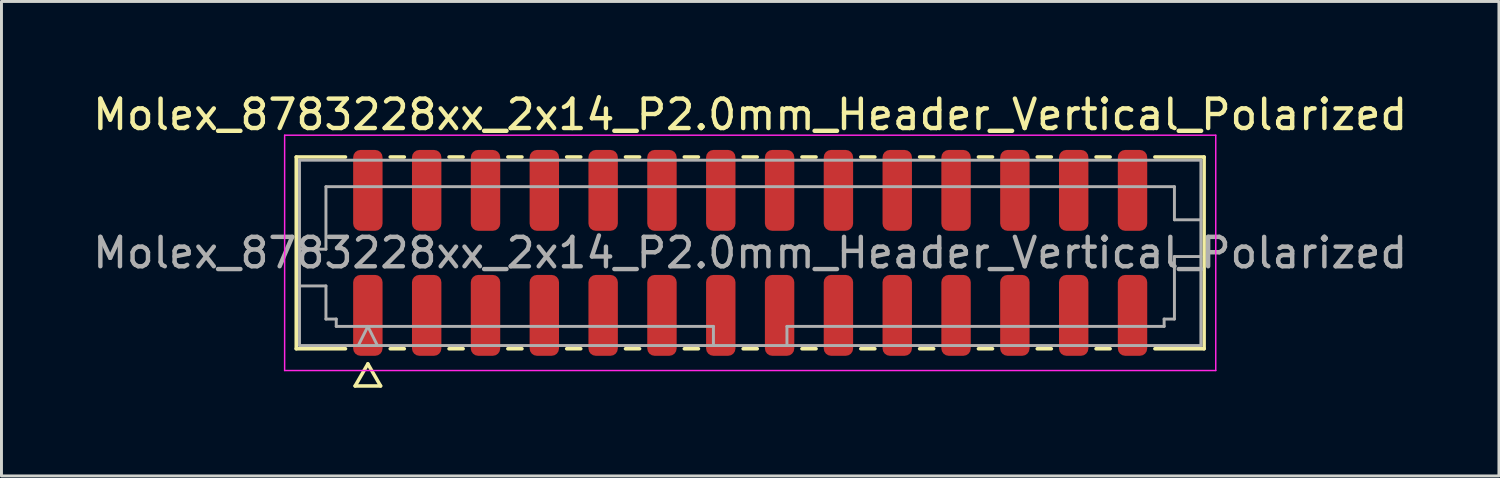
<source format=kicad_pcb>
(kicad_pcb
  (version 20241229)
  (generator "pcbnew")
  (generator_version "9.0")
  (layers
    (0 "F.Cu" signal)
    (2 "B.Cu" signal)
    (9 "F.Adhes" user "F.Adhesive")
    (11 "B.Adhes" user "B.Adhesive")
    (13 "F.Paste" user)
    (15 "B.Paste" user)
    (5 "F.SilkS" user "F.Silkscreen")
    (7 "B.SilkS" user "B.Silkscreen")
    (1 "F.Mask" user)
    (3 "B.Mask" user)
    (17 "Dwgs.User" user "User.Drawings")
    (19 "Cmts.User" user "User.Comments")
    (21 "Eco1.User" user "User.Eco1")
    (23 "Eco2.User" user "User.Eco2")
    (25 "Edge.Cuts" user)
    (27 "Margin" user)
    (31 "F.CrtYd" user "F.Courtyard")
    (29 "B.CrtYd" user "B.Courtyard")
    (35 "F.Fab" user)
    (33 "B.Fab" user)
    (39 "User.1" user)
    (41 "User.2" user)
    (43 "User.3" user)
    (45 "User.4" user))
  (footprint "Molex_8783228xx_2x14_P2.0mm_Header_Vertical_Polarized"
    (layer "F.Cu")
    (at 22.458 5.548)
    (property "Reference" "Molex_8783228xx_2x14_P2.0mm_Header_Vertical_Polarized" (at 0 -4.7 0) (layer "F.SilkS") (effects (font (size 1 1) (thickness 0.15))))
    (attr smd)
    (fp_line (start -15.435 -3.26) (end -13.76 -3.26) (stroke (width 0.12) (type solid)) (layer "F.SilkS"))
    (fp_line (start -15.435 3.26) (end -15.435 -3.26) (stroke (width 0.12) (type solid)) (layer "F.SilkS"))
    (fp_line (start -13.76 3.26) (end -15.435 3.26) (stroke (width 0.12) (type solid)) (layer "F.SilkS"))
    (fp_line (start -13.433 4.525) (end -13 3.775) (stroke (width 0.12) (type solid)) (layer "F.SilkS"))
    (fp_line (start -13 3.775) (end -12.567 4.525) (stroke (width 0.12) (type solid)) (layer "F.SilkS"))
    (fp_line (start -12.567 4.525) (end -13.433 4.525) (stroke (width 0.12) (type solid)) (layer "F.SilkS"))
    (fp_line (start -12.24 -3.26) (end -11.76 -3.26) (stroke (width 0.12) (type solid)) (layer "F.SilkS"))
    (fp_line (start -11.76 3.26) (end -12.24 3.26) (stroke (width 0.12) (type solid)) (layer "F.SilkS"))
    (fp_line (start -10.24 -3.26) (end -9.76 -3.26) (stroke (width 0.12) (type solid)) (layer "F.SilkS"))
    (fp_line (start -9.76 3.26) (end -10.24 3.26) (stroke (width 0.12) (type solid)) (layer "F.SilkS"))
    (fp_line (start -8.24 -3.26) (end -7.76 -3.26) (stroke (width 0.12) (type solid)) (layer "F.SilkS"))
    (fp_line (start -7.76 3.26) (end -8.24 3.26) (stroke (width 0.12) (type solid)) (layer "F.SilkS"))
    (fp_line (start -6.24 -3.26) (end -5.76 -3.26) (stroke (width 0.12) (type solid)) (layer "F.SilkS"))
    (fp_line (start -5.76 3.26) (end -6.24 3.26) (stroke (width 0.12) (type solid)) (layer "F.SilkS"))
    (fp_line (start -4.24 -3.26) (end -3.76 -3.26) (stroke (width 0.12) (type solid)) (layer "F.SilkS"))
    (fp_line (start -3.76 3.26) (end -4.24 3.26) (stroke (width 0.12) (type solid)) (layer "F.SilkS"))
    (fp_line (start -2.24 -3.26) (end -1.76 -3.26) (stroke (width 0.12) (type solid)) (layer "F.SilkS"))
    (fp_line (start -1.76 3.26) (end -2.24 3.26) (stroke (width 0.12) (type solid)) (layer "F.SilkS"))
    (fp_line (start -0.24 -3.26) (end 0.24 -3.26) (stroke (width 0.12) (type solid)) (layer "F.SilkS"))
    (fp_line (start 0.24 3.26) (end -0.24 3.26) (stroke (width 0.12) (type solid)) (layer "F.SilkS"))
    (fp_line (start 1.76 -3.26) (end 2.24 -3.26) (stroke (width 0.12) (type solid)) (layer "F.SilkS"))
    (fp_line (start 2.24 3.26) (end 1.76 3.26) (stroke (width 0.12) (type solid)) (layer "F.SilkS"))
    (fp_line (start 3.76 -3.26) (end 4.24 -3.26) (stroke (width 0.12) (type solid)) (layer "F.SilkS"))
    (fp_line (start 4.24 3.26) (end 3.76 3.26) (stroke (width 0.12) (type solid)) (layer "F.SilkS"))
    (fp_line (start 5.76 -3.26) (end 6.24 -3.26) (stroke (width 0.12) (type solid)) (layer "F.SilkS"))
    (fp_line (start 6.24 3.26) (end 5.76 3.26) (stroke (width 0.12) (type solid)) (layer "F.SilkS"))
    (fp_line (start 7.76 -3.26) (end 8.24 -3.26) (stroke (width 0.12) (type solid)) (layer "F.SilkS"))
    (fp_line (start 8.24 3.26) (end 7.76 3.26) (stroke (width 0.12) (type solid)) (layer "F.SilkS"))
    (fp_line (start 9.76 -3.26) (end 10.24 -3.26) (stroke (width 0.12) (type solid)) (layer "F.SilkS"))
    (fp_line (start 10.24 3.26) (end 9.76 3.26) (stroke (width 0.12) (type solid)) (layer "F.SilkS"))
    (fp_line (start 11.76 -3.26) (end 12.24 -3.26) (stroke (width 0.12) (type solid)) (layer "F.SilkS"))
    (fp_line (start 12.24 3.26) (end 11.76 3.26) (stroke (width 0.12) (type solid)) (layer "F.SilkS"))
    (fp_line (start 13.76 -3.26) (end 15.435 -3.26) (stroke (width 0.12) (type solid)) (layer "F.SilkS"))
    (fp_line (start 15.435 -3.26) (end 15.435 3.26) (stroke (width 0.12) (type solid)) (layer "F.SilkS"))
    (fp_line (start 15.435 3.26) (end 13.76 3.26) (stroke (width 0.12) (type solid)) (layer "F.SilkS"))
    (fp_line (start -15.83 -4) (end -15.83 4) (stroke (width 0.05) (type solid)) (layer "F.CrtYd"))
    (fp_line (start -15.83 4) (end 15.83 4) (stroke (width 0.05) (type solid)) (layer "F.CrtYd"))
    (fp_line (start 15.83 -4) (end -15.83 -4) (stroke (width 0.05) (type solid)) (layer "F.CrtYd"))
    (fp_line (start 15.83 4) (end 15.83 -4) (stroke (width 0.05) (type solid)) (layer "F.CrtYd"))
    (fp_line (start -15.325 -3.15) (end 15.325 -3.15) (stroke (width 0.1) (type solid)) (layer "F.Fab"))
    (fp_line (start -15.325 -0.125) (end -14.425 -0.125) (stroke (width 0.1) (type solid)) (layer "F.Fab"))
    (fp_line (start -15.325 1.125) (end -14.425 1.125) (stroke (width 0.1) (type solid)) (layer "F.Fab"))
    (fp_line (start -15.325 3.15) (end -15.325 -3.15) (stroke (width 0.1) (type solid)) (layer "F.Fab"))
    (fp_line (start -14.425 -2.25) (end 14.425 -2.25) (stroke (width 0.1) (type solid)) (layer "F.Fab"))
    (fp_line (start -14.425 -0.125) (end -14.425 -2.25) (stroke (width 0.1) (type solid)) (layer "F.Fab"))
    (fp_line (start -14.425 1.125) (end -14.425 2.25) (stroke (width 0.1) (type solid)) (layer "F.Fab"))
    (fp_line (start -14.425 2.25) (end -14.075 2.25) (stroke (width 0.1) (type solid)) (layer "F.Fab"))
    (fp_line (start -14.075 2.25) (end -14.075 2.5) (stroke (width 0.1) (type solid)) (layer "F.Fab"))
    (fp_line (start -14.075 2.5) (end -1.25 2.5) (stroke (width 0.1) (type solid)) (layer "F.Fab"))
    (fp_line (start -13.325 3.15) (end -13 2.5) (stroke (width 0.1) (type solid)) (layer "F.Fab"))
    (fp_line (start -13 2.5) (end -12.675 3.15) (stroke (width 0.1) (type solid)) (layer "F.Fab"))
    (fp_line (start -1.25 2.5) (end -1.25 3.15) (stroke (width 0.1) (type solid)) (layer "F.Fab"))
    (fp_line (start 1.25 2.5) (end 1.25 3.15) (stroke (width 0.1) (type solid)) (layer "F.Fab"))
    (fp_line (start 1.25 2.5) (end 14.075 2.5) (stroke (width 0.1) (type solid)) (layer "F.Fab"))
    (fp_line (start 14.075 2.25) (end 14.425 2.25) (stroke (width 0.1) (type solid)) (layer "F.Fab"))
    (fp_line (start 14.075 2.5) (end 14.075 2.25) (stroke (width 0.1) (type solid)) (layer "F.Fab"))
    (fp_line (start 14.425 -2.25) (end 14.425 -1.125) (stroke (width 0.1) (type solid)) (layer "F.Fab"))
    (fp_line (start 14.425 -1.125) (end 15.325 -1.125) (stroke (width 0.1) (type solid)) (layer "F.Fab"))
    (fp_line (start 14.425 0.125) (end 15.325 0.125) (stroke (width 0.1) (type solid)) (layer "F.Fab"))
    (fp_line (start 14.425 2.25) (end 14.425 0.125) (stroke (width 0.1) (type solid)) (layer "F.Fab"))
    (fp_line (start 15.325 -3.15) (end 15.325 3.15) (stroke (width 0.1) (type solid)) (layer "F.Fab"))
    (fp_line (start 15.325 3.15) (end -15.325 3.15) (stroke (width 0.1) (type solid)) (layer "F.Fab"))
    (fp_text user "${REFERENCE}" (at 0 0 0) (layer "F.Fab") (effects (font (size 1 1) (thickness 0.15))))
    (pad "1" smd roundrect (at -13 2.125) (size 1 2.75) (layers "F.Cu" "F.Mask" "F.Paste") (roundrect_rratio 0.25))
    (pad "2" smd roundrect (at -13 -2.125) (size 1 2.75) (layers "F.Cu" "F.Mask" "F.Paste") (roundrect_rratio 0.25))
    (pad "3" smd roundrect (at -11 2.125) (size 1 2.75) (layers "F.Cu" "F.Mask" "F.Paste") (roundrect_rratio 0.25))
    (pad "4" smd roundrect (at -11 -2.125) (size 1 2.75) (layers "F.Cu" "F.Mask" "F.Paste") (roundrect_rratio 0.25))
    (pad "5" smd roundrect (at -9 2.125) (size 1 2.75) (layers "F.Cu" "F.Mask" "F.Paste") (roundrect_rratio 0.25))
    (pad "6" smd roundrect (at -9 -2.125) (size 1 2.75) (layers "F.Cu" "F.Mask" "F.Paste") (roundrect_rratio 0.25))
    (pad "7" smd roundrect (at -7 2.125) (size 1 2.75) (layers "F.Cu" "F.Mask" "F.Paste") (roundrect_rratio 0.25))
    (pad "8" smd roundrect (at -7 -2.125) (size 1 2.75) (layers "F.Cu" "F.Mask" "F.Paste") (roundrect_rratio 0.25))
    (pad "9" smd roundrect (at -5 2.125) (size 1 2.75) (layers "F.Cu" "F.Mask" "F.Paste") (roundrect_rratio 0.25))
    (pad "10" smd roundrect (at -5 -2.125) (size 1 2.75) (layers "F.Cu" "F.Mask" "F.Paste") (roundrect_rratio 0.25))
    (pad "11" smd roundrect (at -3 2.125) (size 1 2.75) (layers "F.Cu" "F.Mask" "F.Paste") (roundrect_rratio 0.25))
    (pad "12" smd roundrect (at -3 -2.125) (size 1 2.75) (layers "F.Cu" "F.Mask" "F.Paste") (roundrect_rratio 0.25))
    (pad "13" smd roundrect (at -1 2.125) (size 1 2.75) (layers "F.Cu" "F.Mask" "F.Paste") (roundrect_rratio 0.25))
    (pad "14" smd roundrect (at -1 -2.125) (size 1 2.75) (layers "F.Cu" "F.Mask" "F.Paste") (roundrect_rratio 0.25))
    (pad "15" smd roundrect (at 1 2.125) (size 1 2.75) (layers "F.Cu" "F.Mask" "F.Paste") (roundrect_rratio 0.25))
    (pad "16" smd roundrect (at 1 -2.125) (size 1 2.75) (layers "F.Cu" "F.Mask" "F.Paste") (roundrect_rratio 0.25))
    (pad "17" smd roundrect (at 3 2.125) (size 1 2.75) (layers "F.Cu" "F.Mask" "F.Paste") (roundrect_rratio 0.25))
    (pad "18" smd roundrect (at 3 -2.125) (size 1 2.75) (layers "F.Cu" "F.Mask" "F.Paste") (roundrect_rratio 0.25))
    (pad "19" smd roundrect (at 5 2.125) (size 1 2.75) (layers "F.Cu" "F.Mask" "F.Paste") (roundrect_rratio 0.25))
    (pad "20" smd roundrect (at 5 -2.125) (size 1 2.75) (layers "F.Cu" "F.Mask" "F.Paste") (roundrect_rratio 0.25))
    (pad "21" smd roundrect (at 7 2.125) (size 1 2.75) (layers "F.Cu" "F.Mask" "F.Paste") (roundrect_rratio 0.25))
    (pad "22" smd roundrect (at 7 -2.125) (size 1 2.75) (layers "F.Cu" "F.Mask" "F.Paste") (roundrect_rratio 0.25))
    (pad "23" smd roundrect (at 9 2.125) (size 1 2.75) (layers "F.Cu" "F.Mask" "F.Paste") (roundrect_rratio 0.25))
    (pad "24" smd roundrect (at 9 -2.125) (size 1 2.75) (layers "F.Cu" "F.Mask" "F.Paste") (roundrect_rratio 0.25))
    (pad "25" smd roundrect (at 11 2.125) (size 1 2.75) (layers "F.Cu" "F.Mask" "F.Paste") (roundrect_rratio 0.25))
    (pad "26" smd roundrect (at 11 -2.125) (size 1 2.75) (layers "F.Cu" "F.Mask" "F.Paste") (roundrect_rratio 0.25))
    (pad "27" smd roundrect (at 13 2.125) (size 1 2.75) (layers "F.Cu" "F.Mask" "F.Paste") (roundrect_rratio 0.25))
    (pad "28" smd roundrect (at 13 -2.125) (size 1 2.75) (layers "F.Cu" "F.Mask" "F.Paste") (roundrect_rratio 0.25)))
  (gr_rect
    (start -3 -3)
    (end 47.917 13.133)
    (stroke (width 0.1) (type default))
    (fill no)
    (layer "Edge.Cuts")))
</source>
